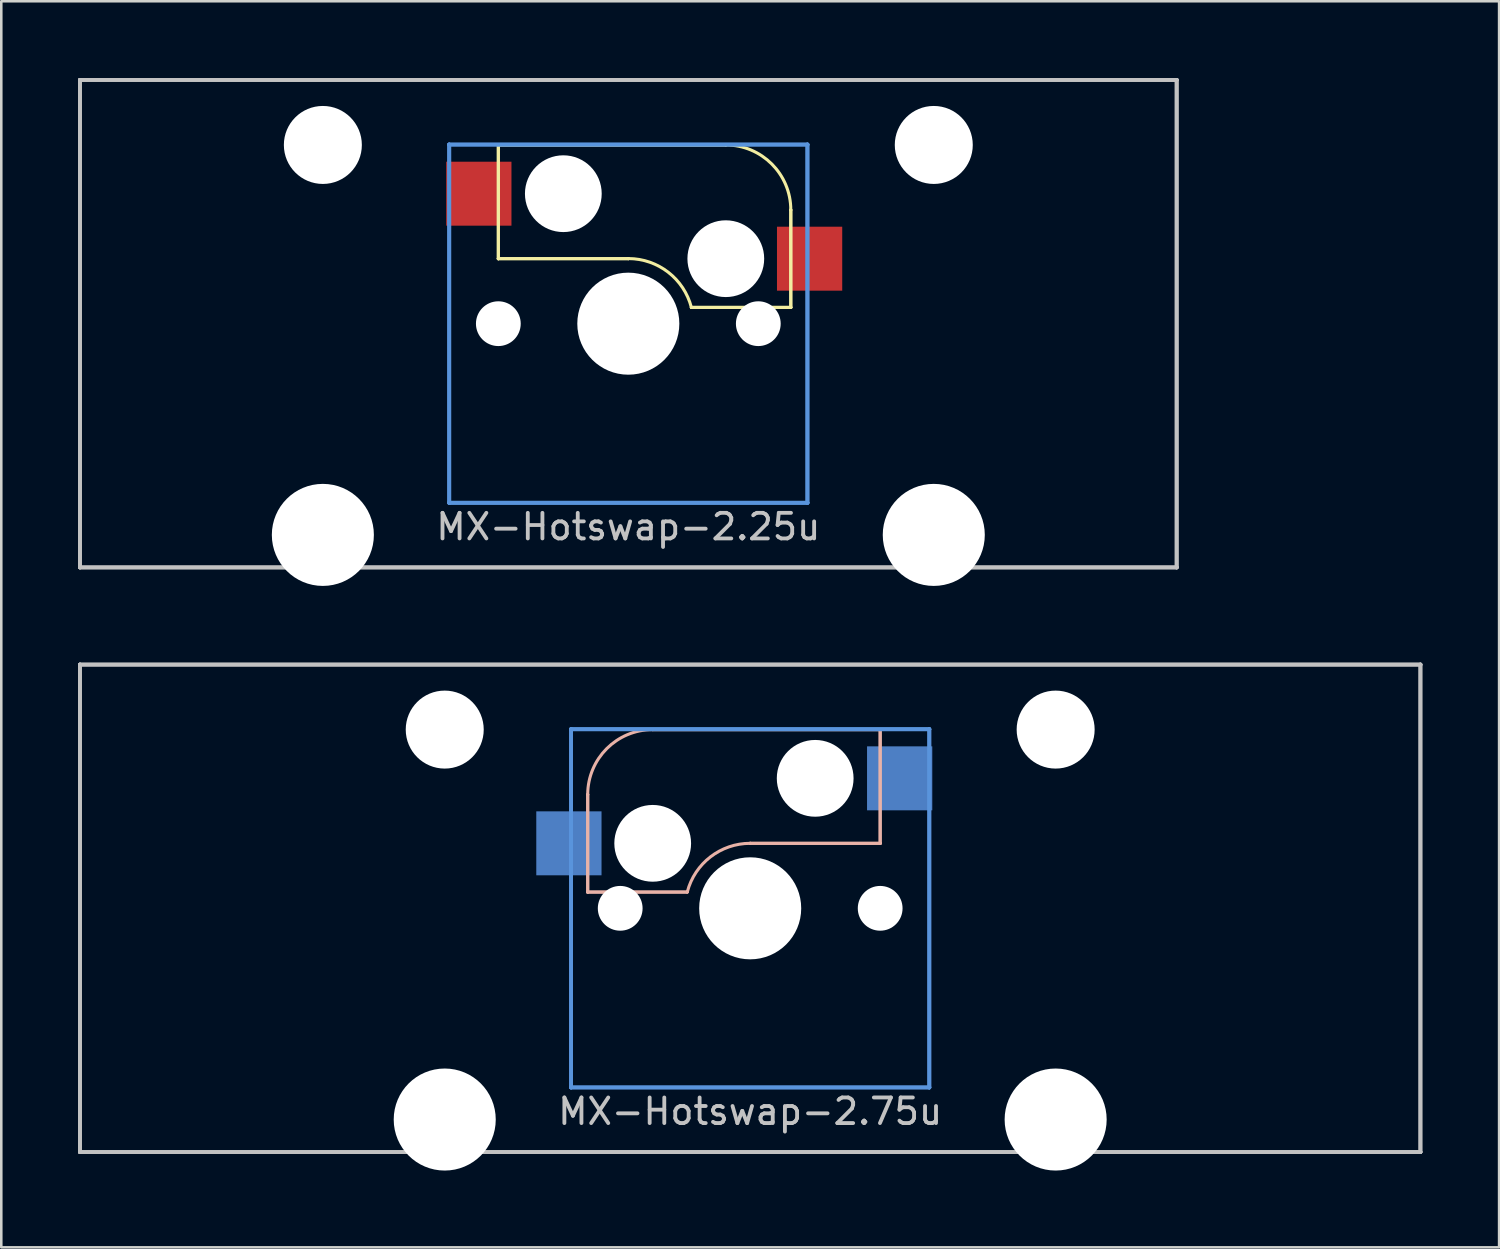
<source format=kicad_pcb>
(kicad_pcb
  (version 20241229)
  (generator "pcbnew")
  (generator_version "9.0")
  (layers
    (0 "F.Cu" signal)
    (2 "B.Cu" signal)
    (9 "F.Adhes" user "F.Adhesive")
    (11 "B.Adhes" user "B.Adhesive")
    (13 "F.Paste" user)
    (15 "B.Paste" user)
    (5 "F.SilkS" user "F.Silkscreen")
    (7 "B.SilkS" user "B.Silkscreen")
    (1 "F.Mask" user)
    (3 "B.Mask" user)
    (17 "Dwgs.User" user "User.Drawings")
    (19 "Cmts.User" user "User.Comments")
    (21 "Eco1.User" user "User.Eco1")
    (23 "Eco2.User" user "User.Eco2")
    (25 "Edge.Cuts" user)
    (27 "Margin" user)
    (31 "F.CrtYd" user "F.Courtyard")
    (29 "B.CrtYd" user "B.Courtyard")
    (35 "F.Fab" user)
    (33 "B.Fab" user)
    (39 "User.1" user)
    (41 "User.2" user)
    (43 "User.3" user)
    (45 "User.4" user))
  (footprint "MX-Hotswap-2.75u"
    (layer "F.Cu")
    (at 26.269 32.449)
    (property "Reference" "MX-Hotswap-2.75u" (at 0 7.938 0) (layer "Dwgs.User") (effects (font (size 1 1) (thickness 0.15))))
    (attr through_hole)
    (fp_line (start -6.35 -4.445) (end -6.35 -4.445) (stroke (width 0.12) (type solid)) (layer "B.SilkS"))
    (fp_line (start -6.35 -4.445) (end -6.35 -0.635) (stroke (width 0.12) (type solid)) (layer "B.SilkS"))
    (fp_line (start -6.35 -0.635) (end -6.35 -4.445) (stroke (width 0.12) (type solid)) (layer "B.SilkS"))
    (fp_line (start -6.35 -0.635) (end -6.35 -0.635) (stroke (width 0.12) (type solid)) (layer "B.SilkS"))
    (fp_line (start -6.35 -0.635) (end -6.35 -0.635) (stroke (width 0.12) (type solid)) (layer "B.SilkS"))
    (fp_line (start -6.35 -0.635) (end -2.464 -0.635) (stroke (width 0.12) (type solid)) (layer "B.SilkS"))
    (fp_line (start -3.81 -6.985) (end -3.81 -6.985) (stroke (width 0.12) (type solid)) (layer "B.SilkS"))
    (fp_line (start -3.81 -6.985) (end 5.08 -6.985) (stroke (width 0.12) (type solid)) (layer "B.SilkS"))
    (fp_line (start -2.464 -0.635) (end -6.35 -0.635) (stroke (width 0.12) (type solid)) (layer "B.SilkS"))
    (fp_line (start -2.464 -0.635) (end -2.464 -0.635) (stroke (width 0.12) (type solid)) (layer "B.SilkS"))
    (fp_line (start 0 -2.54) (end 0 -2.54) (stroke (width 0.12) (type solid)) (layer "B.SilkS"))
    (fp_line (start 0 -2.54) (end 5.08 -2.54) (stroke (width 0.12) (type solid)) (layer "B.SilkS"))
    (fp_line (start 5.08 -6.985) (end -3.81 -6.985) (stroke (width 0.12) (type solid)) (layer "B.SilkS"))
    (fp_line (start 5.08 -6.985) (end 5.08 -6.985) (stroke (width 0.12) (type solid)) (layer "B.SilkS"))
    (fp_line (start 5.08 -6.985) (end 5.08 -6.985) (stroke (width 0.12) (type solid)) (layer "B.SilkS"))
    (fp_line (start 5.08 -6.985) (end 5.08 -2.54) (stroke (width 0.12) (type solid)) (layer "B.SilkS"))
    (fp_line (start 5.08 -2.54) (end 0 -2.54) (stroke (width 0.12) (type solid)) (layer "B.SilkS"))
    (fp_line (start 5.08 -2.54) (end 5.08 -6.985) (stroke (width 0.12) (type solid)) (layer "B.SilkS"))
    (fp_line (start 5.08 -2.54) (end 5.08 -2.54) (stroke (width 0.12) (type solid)) (layer "B.SilkS"))
    (fp_line (start 5.08 -2.54) (end 5.08 -2.54) (stroke (width 0.12) (type solid)) (layer "B.SilkS"))
    (fp_arc (start -6.35 -4.445) (mid -5.606051 -6.241051) (end -3.81 -6.985) (stroke (width 0.12) (type solid)) (layer "B.SilkS"))
    (fp_arc (start -2.457981 -0.640256) (mid -1.553279 -2.009707) (end 0 -2.54) (stroke (width 0.12) (type solid)) (layer "B.SilkS"))
    (fp_line (start -26.194 -9.525) (end -26.194 -9.525) (stroke (width 0.15) (type solid)) (layer "Dwgs.User"))
    (fp_line (start -26.194 -9.525) (end -26.194 -9.525) (stroke (width 0.15) (type solid)) (layer "Dwgs.User"))
    (fp_line (start -26.194 -9.525) (end -26.194 9.525) (stroke (width 0.15) (type solid)) (layer "Dwgs.User"))
    (fp_line (start -26.194 -9.525) (end 26.194 -9.525) (stroke (width 0.15) (type solid)) (layer "Dwgs.User"))
    (fp_line (start -26.194 9.525) (end -26.194 -9.525) (stroke (width 0.15) (type solid)) (layer "Dwgs.User"))
    (fp_line (start -26.194 9.525) (end -26.194 9.525) (stroke (width 0.15) (type solid)) (layer "Dwgs.User"))
    (fp_line (start -26.194 9.525) (end -26.194 9.525) (stroke (width 0.15) (type solid)) (layer "Dwgs.User"))
    (fp_line (start -26.194 9.525) (end 26.194 9.525) (stroke (width 0.15) (type solid)) (layer "Dwgs.User"))
    (fp_line (start 26.194 -9.525) (end -26.194 -9.525) (stroke (width 0.15) (type solid)) (layer "Dwgs.User"))
    (fp_line (start 26.194 -9.525) (end 26.194 -9.525) (stroke (width 0.15) (type solid)) (layer "Dwgs.User"))
    (fp_line (start 26.194 -9.525) (end 26.194 -9.525) (stroke (width 0.15) (type solid)) (layer "Dwgs.User"))
    (fp_line (start 26.194 -9.525) (end 26.194 9.525) (stroke (width 0.15) (type solid)) (layer "Dwgs.User"))
    (fp_line (start 26.194 9.525) (end -26.194 9.525) (stroke (width 0.15) (type solid)) (layer "Dwgs.User"))
    (fp_line (start 26.194 9.525) (end 26.194 -9.525) (stroke (width 0.15) (type solid)) (layer "Dwgs.User"))
    (fp_line (start 26.194 9.525) (end 26.194 9.525) (stroke (width 0.15) (type solid)) (layer "Dwgs.User"))
    (fp_line (start 26.194 9.525) (end 26.194 9.525) (stroke (width 0.15) (type solid)) (layer "Dwgs.User"))
    (fp_line (start -7 -7) (end -7 -7) (stroke (width 0.15) (type solid)) (layer "Cmts.User"))
    (fp_line (start -7 -7) (end -7 -7) (stroke (width 0.15) (type solid)) (layer "Cmts.User"))
    (fp_line (start -7 -7) (end -7 7) (stroke (width 0.15) (type solid)) (layer "Cmts.User"))
    (fp_line (start -7 -7) (end 7 -7) (stroke (width 0.15) (type solid)) (layer "Cmts.User"))
    (fp_line (start -7 7) (end -7 -7) (stroke (width 0.15) (type solid)) (layer "Cmts.User"))
    (fp_line (start -7 7) (end -7 7) (stroke (width 0.15) (type solid)) (layer "Cmts.User"))
    (fp_line (start -7 7) (end -7 7) (stroke (width 0.15) (type solid)) (layer "Cmts.User"))
    (fp_line (start -7 7) (end 7 7) (stroke (width 0.15) (type solid)) (layer "Cmts.User"))
    (fp_line (start 7 -7) (end -7 -7) (stroke (width 0.15) (type solid)) (layer "Cmts.User"))
    (fp_line (start 7 -7) (end 7 -7) (stroke (width 0.15) (type solid)) (layer "Cmts.User"))
    (fp_line (start 7 -7) (end 7 -7) (stroke (width 0.15) (type solid)) (layer "Cmts.User"))
    (fp_line (start 7 -7) (end 7 7) (stroke (width 0.15) (type solid)) (layer "Cmts.User"))
    (fp_line (start 7 7) (end -7 7) (stroke (width 0.15) (type solid)) (layer "Cmts.User"))
    (fp_line (start 7 7) (end 7 -7) (stroke (width 0.15) (type solid)) (layer "Cmts.User"))
    (fp_line (start 7 7) (end 7 7) (stroke (width 0.15) (type solid)) (layer "Cmts.User"))
    (fp_line (start 7 7) (end 7 7) (stroke (width 0.15) (type solid)) (layer "Cmts.User"))
    (pad "" np_thru_hole circle (at -11.938 -6.985) (size 3.048 3.048) (drill 3.048) (layers "*.Cu" "*.Mask"))
    (pad "" np_thru_hole circle (at -11.938 8.255) (size 3.988 3.988) (drill 3.988) (layers "*.Cu" "*.Mask"))
    (pad "" np_thru_hole circle (at -5.08 0) (size 1.75 1.75) (drill 1.75) (layers "*.Cu" "*.Mask"))
    (pad "" np_thru_hole circle (at -3.81 -2.54) (size 3 3) (drill 3) (layers "*.Cu" "*.Mask"))
    (pad "" np_thru_hole circle (at 0 0) (size 3.988 3.988) (drill 3.988) (layers "*.Cu" "*.Mask"))
    (pad "" np_thru_hole circle (at 2.54 -5.08) (size 3 3) (drill 3) (layers "*.Cu" "*.Mask"))
    (pad "" np_thru_hole circle (at 5.08 0) (size 1.75 1.75) (drill 1.75) (layers "*.Cu" "*.Mask"))
    (pad "" np_thru_hole circle (at 11.938 -6.985) (size 3.048 3.048) (drill 3.048) (layers "*.Cu" "*.Mask"))
    (pad "" np_thru_hole circle (at 11.938 8.255) (size 3.988 3.988) (drill 3.988) (layers "*.Cu" "*.Mask"))
    (pad "1" smd rect (at -7.085 -2.54) (size 2.55 2.5) (layers "B.Cu" "B.Mask" "B.Paste"))
    (pad "2" smd rect (at 5.842 -5.08) (size 2.55 2.5) (layers "B.Cu" "B.Mask" "B.Paste")))
  (footprint "MX-Hotswap-2.25u"
    (layer "F.Cu")
    (at 21.506 9.6)
    (property "Reference" "MX-Hotswap-2.25u" (at 0 7.938 0) (layer "Dwgs.User") (effects (font (size 1 1) (thickness 0.15))))
    (attr through_hole)
    (fp_line (start -5.08 -6.985) (end -5.08 -6.985) (stroke (width 0.12) (type solid)) (layer "F.SilkS"))
    (fp_line (start -5.08 -6.985) (end -5.08 -6.985) (stroke (width 0.12) (type solid)) (layer "F.SilkS"))
    (fp_line (start -5.08 -6.985) (end -5.08 -2.54) (stroke (width 0.12) (type solid)) (layer "F.SilkS"))
    (fp_line (start -5.08 -6.985) (end 3.81 -6.985) (stroke (width 0.12) (type solid)) (layer "F.SilkS"))
    (fp_line (start -5.08 -2.54) (end -5.08 -6.985) (stroke (width 0.12) (type solid)) (layer "F.SilkS"))
    (fp_line (start -5.08 -2.54) (end -5.08 -2.54) (stroke (width 0.12) (type solid)) (layer "F.SilkS"))
    (fp_line (start -5.08 -2.54) (end -5.08 -2.54) (stroke (width 0.12) (type solid)) (layer "F.SilkS"))
    (fp_line (start -5.08 -2.54) (end 0 -2.54) (stroke (width 0.12) (type solid)) (layer "F.SilkS"))
    (fp_line (start 0 -2.54) (end -5.08 -2.54) (stroke (width 0.12) (type solid)) (layer "F.SilkS"))
    (fp_line (start 0 -2.54) (end 0 -2.54) (stroke (width 0.12) (type solid)) (layer "F.SilkS"))
    (fp_line (start 2.464 -0.635) (end 2.464 -0.635) (stroke (width 0.12) (type solid)) (layer "F.SilkS"))
    (fp_line (start 2.464 -0.635) (end 6.35 -0.635) (stroke (width 0.12) (type solid)) (layer "F.SilkS"))
    (fp_line (start 3.81 -6.985) (end -5.08 -6.985) (stroke (width 0.12) (type solid)) (layer "F.SilkS"))
    (fp_line (start 3.81 -6.985) (end 3.81 -6.985) (stroke (width 0.12) (type solid)) (layer "F.SilkS"))
    (fp_line (start 6.35 -4.445) (end 6.35 -4.445) (stroke (width 0.12) (type solid)) (layer "F.SilkS"))
    (fp_line (start 6.35 -4.445) (end 6.35 -0.635) (stroke (width 0.12) (type solid)) (layer "F.SilkS"))
    (fp_line (start 6.35 -0.635) (end 2.464 -0.635) (stroke (width 0.12) (type solid)) (layer "F.SilkS"))
    (fp_line (start 6.35 -0.635) (end 6.35 -4.445) (stroke (width 0.12) (type solid)) (layer "F.SilkS"))
    (fp_line (start 6.35 -0.635) (end 6.35 -0.635) (stroke (width 0.12) (type solid)) (layer "F.SilkS"))
    (fp_line (start 6.35 -0.635) (end 6.35 -0.635) (stroke (width 0.12) (type solid)) (layer "F.SilkS"))
    (fp_arc (start 0.006644 -2.544656) (mid 1.561383 -2.009329) (end 2.464162 -0.635) (stroke (width 0.12) (type solid)) (layer "F.SilkS"))
    (fp_arc (start 3.81 -6.985) (mid 5.606051 -6.241051) (end 6.35 -4.445) (stroke (width 0.12) (type solid)) (layer "F.SilkS"))
    (fp_line (start -21.431 -9.525) (end -21.431 -9.525) (stroke (width 0.15) (type solid)) (layer "Dwgs.User"))
    (fp_line (start -21.431 -9.525) (end -21.431 -9.525) (stroke (width 0.15) (type solid)) (layer "Dwgs.User"))
    (fp_line (start -21.431 -9.525) (end -21.431 9.525) (stroke (width 0.15) (type solid)) (layer "Dwgs.User"))
    (fp_line (start -21.431 -9.525) (end 21.431 -9.525) (stroke (width 0.15) (type solid)) (layer "Dwgs.User"))
    (fp_line (start -21.431 9.525) (end -21.431 -9.525) (stroke (width 0.15) (type solid)) (layer "Dwgs.User"))
    (fp_line (start -21.431 9.525) (end -21.431 9.525) (stroke (width 0.15) (type solid)) (layer "Dwgs.User"))
    (fp_line (start -21.431 9.525) (end -21.431 9.525) (stroke (width 0.15) (type solid)) (layer "Dwgs.User"))
    (fp_line (start -21.431 9.525) (end 21.431 9.525) (stroke (width 0.15) (type solid)) (layer "Dwgs.User"))
    (fp_line (start 21.431 -9.525) (end -21.431 -9.525) (stroke (width 0.15) (type solid)) (layer "Dwgs.User"))
    (fp_line (start 21.431 -9.525) (end 21.431 -9.525) (stroke (width 0.15) (type solid)) (layer "Dwgs.User"))
    (fp_line (start 21.431 -9.525) (end 21.431 -9.525) (stroke (width 0.15) (type solid)) (layer "Dwgs.User"))
    (fp_line (start 21.431 -9.525) (end 21.431 9.525) (stroke (width 0.15) (type solid)) (layer "Dwgs.User"))
    (fp_line (start 21.431 9.525) (end -21.431 9.525) (stroke (width 0.15) (type solid)) (layer "Dwgs.User"))
    (fp_line (start 21.431 9.525) (end 21.431 -9.525) (stroke (width 0.15) (type solid)) (layer "Dwgs.User"))
    (fp_line (start 21.431 9.525) (end 21.431 9.525) (stroke (width 0.15) (type solid)) (layer "Dwgs.User"))
    (fp_line (start 21.431 9.525) (end 21.431 9.525) (stroke (width 0.15) (type solid)) (layer "Dwgs.User"))
    (fp_line (start -7 -7) (end -7 -7) (stroke (width 0.15) (type solid)) (layer "Cmts.User"))
    (fp_line (start -7 -7) (end -7 -7) (stroke (width 0.15) (type solid)) (layer "Cmts.User"))
    (fp_line (start -7 -7) (end -7 7) (stroke (width 0.15) (type solid)) (layer "Cmts.User"))
    (fp_line (start -7 -7) (end 7 -7) (stroke (width 0.15) (type solid)) (layer "Cmts.User"))
    (fp_line (start -7 7) (end -7 -7) (stroke (width 0.15) (type solid)) (layer "Cmts.User"))
    (fp_line (start -7 7) (end -7 7) (stroke (width 0.15) (type solid)) (layer "Cmts.User"))
    (fp_line (start -7 7) (end -7 7) (stroke (width 0.15) (type solid)) (layer "Cmts.User"))
    (fp_line (start -7 7) (end 7 7) (stroke (width 0.15) (type solid)) (layer "Cmts.User"))
    (fp_line (start 7 -7) (end -7 -7) (stroke (width 0.15) (type solid)) (layer "Cmts.User"))
    (fp_line (start 7 -7) (end 7 -7) (stroke (width 0.15) (type solid)) (layer "Cmts.User"))
    (fp_line (start 7 -7) (end 7 -7) (stroke (width 0.15) (type solid)) (layer "Cmts.User"))
    (fp_line (start 7 -7) (end 7 7) (stroke (width 0.15) (type solid)) (layer "Cmts.User"))
    (fp_line (start 7 7) (end -7 7) (stroke (width 0.15) (type solid)) (layer "Cmts.User"))
    (fp_line (start 7 7) (end 7 -7) (stroke (width 0.15) (type solid)) (layer "Cmts.User"))
    (fp_line (start 7 7) (end 7 7) (stroke (width 0.15) (type solid)) (layer "Cmts.User"))
    (fp_line (start 7 7) (end 7 7) (stroke (width 0.15) (type solid)) (layer "Cmts.User"))
    (pad "" np_thru_hole circle (at -11.938 -6.985) (size 3.048 3.048) (drill 3.048) (layers "*.Cu" "*.Mask"))
    (pad "" np_thru_hole circle (at -11.938 8.255) (size 3.988 3.988) (drill 3.988) (layers "*.Cu" "*.Mask"))
    (pad "" np_thru_hole circle (at -5.08 0) (size 1.75 1.75) (drill 1.75) (layers "*.Cu" "*.Mask"))
    (pad "" np_thru_hole circle (at -2.54 -5.08) (size 3 3) (drill 3) (layers "*.Cu" "*.Mask"))
    (pad "" np_thru_hole circle (at 0 0) (size 3.988 3.988) (drill 3.988) (layers "*.Cu" "*.Mask"))
    (pad "" np_thru_hole circle (at 3.81 -2.54) (size 3 3) (drill 3) (layers "*.Cu" "*.Mask"))
    (pad "" np_thru_hole circle (at 5.08 0) (size 1.75 1.75) (drill 1.75) (layers "*.Cu" "*.Mask"))
    (pad "" np_thru_hole circle (at 11.938 -6.985) (size 3.048 3.048) (drill 3.048) (layers "*.Cu" "*.Mask"))
    (pad "" np_thru_hole circle (at 11.938 8.255) (size 3.988 3.988) (drill 3.988) (layers "*.Cu" "*.Mask"))
    (pad "1" smd rect (at 7.085 -2.54) (size 2.55 2.5) (layers "F.Cu" "F.Mask" "F.Paste"))
    (pad "2" smd rect (at -5.842 -5.08) (size 2.55 2.5) (layers "F.Cu" "F.Mask" "F.Paste")))
  (gr_rect
    (start -3 -3)
    (end 55.538 45.698)
    (stroke (width 0.1) (type default))
    (fill no)
    (layer "Edge.Cuts")))
</source>
